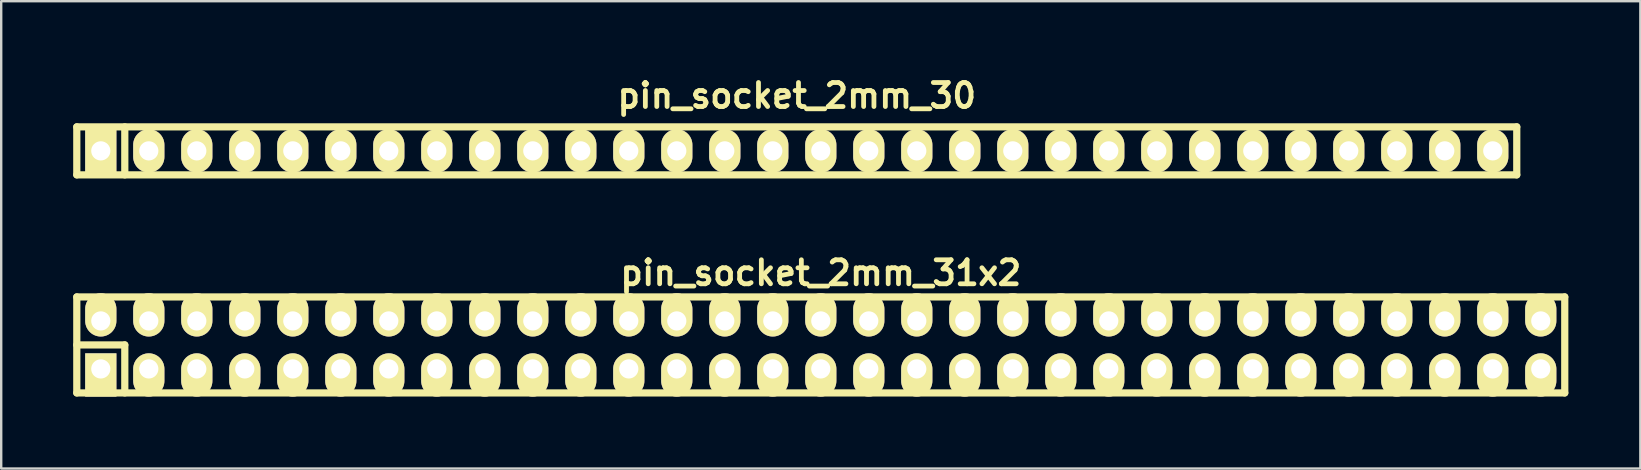
<source format=kicad_pcb>
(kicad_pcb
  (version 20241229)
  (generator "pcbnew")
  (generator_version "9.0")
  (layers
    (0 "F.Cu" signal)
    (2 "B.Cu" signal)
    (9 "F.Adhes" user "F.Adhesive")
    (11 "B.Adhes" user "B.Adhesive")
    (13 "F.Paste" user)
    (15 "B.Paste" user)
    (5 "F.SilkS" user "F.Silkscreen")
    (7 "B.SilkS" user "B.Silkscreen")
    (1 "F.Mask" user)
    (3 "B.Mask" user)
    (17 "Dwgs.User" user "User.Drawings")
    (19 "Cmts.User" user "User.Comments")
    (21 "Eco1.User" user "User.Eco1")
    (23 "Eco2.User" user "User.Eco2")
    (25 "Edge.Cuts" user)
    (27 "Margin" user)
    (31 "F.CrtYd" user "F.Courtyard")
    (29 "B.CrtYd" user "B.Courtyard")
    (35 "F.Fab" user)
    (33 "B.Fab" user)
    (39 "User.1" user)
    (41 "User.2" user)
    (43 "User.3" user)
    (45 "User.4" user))
  (footprint "pin_socket_2mm_30"
    (layer "F.Cu")
    (at 30.15 3.236)
    (property "Reference" "pin_socket_2mm_30" (at 0 -2.3 0) (layer "F.SilkS") (effects (font (size 1 1) (thickness 0.2))))
    (attr through_hole)
    (fp_line (start -30 -1) (end 30 -1) (stroke (width 0.3) (type solid)) (layer "F.SilkS"))
    (fp_line (start -30 1) (end -30 -1) (stroke (width 0.3) (type solid)) (layer "F.SilkS"))
    (fp_line (start -28 -1) (end -28 1) (stroke (width 0.3) (type solid)) (layer "F.SilkS"))
    (fp_line (start 30 -1) (end 30 1) (stroke (width 0.3) (type solid)) (layer "F.SilkS"))
    (fp_line (start 30 1) (end -30 1) (stroke (width 0.3) (type solid)) (layer "F.SilkS"))
    (pad "1" thru_hole rect (at -29 0) (size 1.3 1.8) (drill 0.8) (layers "*.Cu" "*.Mask" "F.SilkS"))
    (pad "2" thru_hole oval (at -27 0) (size 1.3 1.8) (drill 0.8) (layers "*.Cu" "*.Mask" "F.SilkS"))
    (pad "3" thru_hole oval (at -25 0) (size 1.3 1.8) (drill 0.8) (layers "*.Cu" "*.Mask" "F.SilkS"))
    (pad "4" thru_hole oval (at -23 0) (size 1.3 1.8) (drill 0.8) (layers "*.Cu" "*.Mask" "F.SilkS"))
    (pad "5" thru_hole oval (at -21 0) (size 1.3 1.8) (drill 0.8) (layers "*.Cu" "*.Mask" "F.SilkS"))
    (pad "6" thru_hole oval (at -19 0) (size 1.3 1.8) (drill 0.8) (layers "*.Cu" "*.Mask" "F.SilkS"))
    (pad "7" thru_hole oval (at -17 0) (size 1.3 1.8) (drill 0.8) (layers "*.Cu" "*.Mask" "F.SilkS"))
    (pad "8" thru_hole oval (at -15 0) (size 1.3 1.8) (drill 0.8) (layers "*.Cu" "*.Mask" "F.SilkS"))
    (pad "9" thru_hole oval (at -13 0) (size 1.3 1.8) (drill 0.8) (layers "*.Cu" "*.Mask" "F.SilkS"))
    (pad "10" thru_hole oval (at -11 0) (size 1.3 1.8) (drill 0.8) (layers "*.Cu" "*.Mask" "F.SilkS"))
    (pad "11" thru_hole oval (at -9 0) (size 1.3 1.8) (drill 0.8) (layers "*.Cu" "*.Mask" "F.SilkS"))
    (pad "12" thru_hole oval (at -7 0) (size 1.3 1.8) (drill 0.8) (layers "*.Cu" "*.Mask" "F.SilkS"))
    (pad "13" thru_hole oval (at -5 0) (size 1.3 1.8) (drill 0.8) (layers "*.Cu" "*.Mask" "F.SilkS"))
    (pad "14" thru_hole oval (at -3 0) (size 1.3 1.8) (drill 0.8) (layers "*.Cu" "*.Mask" "F.SilkS"))
    (pad "15" thru_hole oval (at -1 0) (size 1.3 1.8) (drill 0.8) (layers "*.Cu" "*.Mask" "F.SilkS"))
    (pad "16" thru_hole oval (at 1 0) (size 1.3 1.8) (drill 0.8) (layers "*.Cu" "*.Mask" "F.SilkS"))
    (pad "17" thru_hole oval (at 3 0) (size 1.3 1.8) (drill 0.8) (layers "*.Cu" "*.Mask" "F.SilkS"))
    (pad "18" thru_hole oval (at 5 0) (size 1.3 1.8) (drill 0.8) (layers "*.Cu" "*.Mask" "F.SilkS"))
    (pad "19" thru_hole oval (at 7 0) (size 1.3 1.8) (drill 0.8) (layers "*.Cu" "*.Mask" "F.SilkS"))
    (pad "20" thru_hole oval (at 9 0) (size 1.3 1.8) (drill 0.8) (layers "*.Cu" "*.Mask" "F.SilkS"))
    (pad "21" thru_hole oval (at 11 0) (size 1.3 1.8) (drill 0.8) (layers "*.Cu" "*.Mask" "F.SilkS"))
    (pad "22" thru_hole oval (at 13 0) (size 1.3 1.8) (drill 0.8) (layers "*.Cu" "*.Mask" "F.SilkS"))
    (pad "23" thru_hole oval (at 15 0) (size 1.3 1.8) (drill 0.8) (layers "*.Cu" "*.Mask" "F.SilkS"))
    (pad "24" thru_hole oval (at 17 0) (size 1.3 1.8) (drill 0.8) (layers "*.Cu" "*.Mask" "F.SilkS"))
    (pad "25" thru_hole oval (at 19 0) (size 1.3 1.8) (drill 0.8) (layers "*.Cu" "*.Mask" "F.SilkS"))
    (pad "26" thru_hole oval (at 21 0) (size 1.3 1.8) (drill 0.8) (layers "*.Cu" "*.Mask" "F.SilkS"))
    (pad "27" thru_hole oval (at 23 0) (size 1.3 1.8) (drill 0.8) (layers "*.Cu" "*.Mask" "F.SilkS"))
    (pad "28" thru_hole oval (at 25 0) (size 1.3 1.8) (drill 0.8) (layers "*.Cu" "*.Mask" "F.SilkS"))
    (pad "29" thru_hole oval (at 27 0) (size 1.3 1.8) (drill 0.8) (layers "*.Cu" "*.Mask" "F.SilkS"))
    (pad "30" thru_hole oval (at 29 0) (size 1.3 1.8) (drill 0.8) (layers "*.Cu" "*.Mask" "F.SilkS")))
  (footprint "pin_socket_2mm_31x2"
    (layer "F.Cu")
    (at 31.15 11.322)
    (property "Reference" "pin_socket_2mm_31x2" (at 0 -3 0) (layer "F.SilkS") (effects (font (size 1 1) (thickness 0.2))))
    (attr through_hole)
    (fp_line (start -31 -2) (end 31 -2) (stroke (width 0.3) (type solid)) (layer "F.SilkS"))
    (fp_line (start -31 0) (end -29 0) (stroke (width 0.3) (type solid)) (layer "F.SilkS"))
    (fp_line (start -31 2) (end -31 -2) (stroke (width 0.3) (type solid)) (layer "F.SilkS"))
    (fp_line (start -29 0) (end -29 2) (stroke (width 0.3) (type solid)) (layer "F.SilkS"))
    (fp_line (start 31 -2) (end 31 2) (stroke (width 0.3) (type solid)) (layer "F.SilkS"))
    (fp_line (start 31 2) (end -31 2) (stroke (width 0.3) (type solid)) (layer "F.SilkS"))
    (pad "1" thru_hole rect (at -30 1) (size 1.3 1.8) (drill 0.8 (offset 0 0.25)) (layers "*.Cu" "*.Mask" "F.SilkS"))
    (pad "2" thru_hole oval (at -30 -1) (size 1.3 1.8) (drill 0.8 (offset 0 -0.25)) (layers "*.Cu" "*.Mask" "F.SilkS"))
    (pad "3" thru_hole oval (at -28 1) (size 1.3 1.8) (drill 0.8 (offset 0 0.25)) (layers "*.Cu" "*.Mask" "F.SilkS"))
    (pad "4" thru_hole oval (at -28 -1) (size 1.3 1.8) (drill 0.8 (offset 0 -0.25)) (layers "*.Cu" "*.Mask" "F.SilkS"))
    (pad "5" thru_hole oval (at -26 1) (size 1.3 1.8) (drill 0.8 (offset 0 0.25)) (layers "*.Cu" "*.Mask" "F.SilkS"))
    (pad "6" thru_hole oval (at -26 -1) (size 1.3 1.8) (drill 0.8 (offset 0 -0.25)) (layers "*.Cu" "*.Mask" "F.SilkS"))
    (pad "7" thru_hole oval (at -24 1) (size 1.3 1.8) (drill 0.8 (offset 0 0.25)) (layers "*.Cu" "*.Mask" "F.SilkS"))
    (pad "8" thru_hole oval (at -24 -1) (size 1.3 1.8) (drill 0.8 (offset 0 -0.25)) (layers "*.Cu" "*.Mask" "F.SilkS"))
    (pad "9" thru_hole oval (at -22 1) (size 1.3 1.8) (drill 0.8 (offset 0 0.25)) (layers "*.Cu" "*.Mask" "F.SilkS"))
    (pad "10" thru_hole oval (at -22 -1) (size 1.3 1.8) (drill 0.8 (offset 0 -0.25)) (layers "*.Cu" "*.Mask" "F.SilkS"))
    (pad "11" thru_hole oval (at -20 1) (size 1.3 1.8) (drill 0.8 (offset 0 0.25)) (layers "*.Cu" "*.Mask" "F.SilkS"))
    (pad "12" thru_hole oval (at -20 -1) (size 1.3 1.8) (drill 0.8 (offset 0 -0.25)) (layers "*.Cu" "*.Mask" "F.SilkS"))
    (pad "13" thru_hole oval (at -18 1) (size 1.3 1.8) (drill 0.8 (offset 0 0.25)) (layers "*.Cu" "*.Mask" "F.SilkS"))
    (pad "14" thru_hole oval (at -18 -1) (size 1.3 1.8) (drill 0.8 (offset 0 -0.25)) (layers "*.Cu" "*.Mask" "F.SilkS"))
    (pad "15" thru_hole oval (at -16 1) (size 1.3 1.8) (drill 0.8 (offset 0 0.25)) (layers "*.Cu" "*.Mask" "F.SilkS"))
    (pad "16" thru_hole oval (at -16 -1) (size 1.3 1.8) (drill 0.8 (offset 0 -0.25)) (layers "*.Cu" "*.Mask" "F.SilkS"))
    (pad "17" thru_hole oval (at -14 1) (size 1.3 1.8) (drill 0.8 (offset 0 0.25)) (layers "*.Cu" "*.Mask" "F.SilkS"))
    (pad "18" thru_hole oval (at -14 -1) (size 1.3 1.8) (drill 0.8 (offset 0 -0.25)) (layers "*.Cu" "*.Mask" "F.SilkS"))
    (pad "19" thru_hole oval (at -12 1) (size 1.3 1.8) (drill 0.8 (offset 0 0.25)) (layers "*.Cu" "*.Mask" "F.SilkS"))
    (pad "20" thru_hole oval (at -12 -1) (size 1.3 1.8) (drill 0.8 (offset 0 -0.25)) (layers "*.Cu" "*.Mask" "F.SilkS"))
    (pad "21" thru_hole oval (at -10 1) (size 1.3 1.8) (drill 0.8 (offset 0 0.25)) (layers "*.Cu" "*.Mask" "F.SilkS"))
    (pad "22" thru_hole oval (at -10 -1) (size 1.3 1.8) (drill 0.8 (offset 0 -0.25)) (layers "*.Cu" "*.Mask" "F.SilkS"))
    (pad "23" thru_hole oval (at -8 1) (size 1.3 1.8) (drill 0.8 (offset 0 0.25)) (layers "*.Cu" "*.Mask" "F.SilkS"))
    (pad "24" thru_hole oval (at -8 -1) (size 1.3 1.8) (drill 0.8 (offset 0 -0.25)) (layers "*.Cu" "*.Mask" "F.SilkS"))
    (pad "25" thru_hole oval (at -6 1) (size 1.3 1.8) (drill 0.8 (offset 0 0.25)) (layers "*.Cu" "*.Mask" "F.SilkS"))
    (pad "26" thru_hole oval (at -6 -1) (size 1.3 1.8) (drill 0.8 (offset 0 -0.25)) (layers "*.Cu" "*.Mask" "F.SilkS"))
    (pad "27" thru_hole oval (at -4 1) (size 1.3 1.8) (drill 0.8 (offset 0 0.25)) (layers "*.Cu" "*.Mask" "F.SilkS"))
    (pad "28" thru_hole oval (at -4 -1) (size 1.3 1.8) (drill 0.8 (offset 0 -0.25)) (layers "*.Cu" "*.Mask" "F.SilkS"))
    (pad "29" thru_hole oval (at -2 1) (size 1.3 1.8) (drill 0.8 (offset 0 0.25)) (layers "*.Cu" "*.Mask" "F.SilkS"))
    (pad "30" thru_hole oval (at -2 -1) (size 1.3 1.8) (drill 0.8 (offset 0 -0.25)) (layers "*.Cu" "*.Mask" "F.SilkS"))
    (pad "31" thru_hole oval (at 0 1) (size 1.3 1.8) (drill 0.8 (offset 0 0.25)) (layers "*.Cu" "*.Mask" "F.SilkS"))
    (pad "32" thru_hole oval (at 0 -1) (size 1.3 1.8) (drill 0.8 (offset 0 -0.25)) (layers "*.Cu" "*.Mask" "F.SilkS"))
    (pad "33" thru_hole oval (at 2 1) (size 1.3 1.8) (drill 0.8 (offset 0 0.25)) (layers "*.Cu" "*.Mask" "F.SilkS"))
    (pad "34" thru_hole oval (at 2 -1) (size 1.3 1.8) (drill 0.8 (offset 0 -0.25)) (layers "*.Cu" "*.Mask" "F.SilkS"))
    (pad "35" thru_hole oval (at 4 1) (size 1.3 1.8) (drill 0.8 (offset 0 0.25)) (layers "*.Cu" "*.Mask" "F.SilkS"))
    (pad "36" thru_hole oval (at 4 -1) (size 1.3 1.8) (drill 0.8 (offset 0 -0.25)) (layers "*.Cu" "*.Mask" "F.SilkS"))
    (pad "37" thru_hole oval (at 6 1) (size 1.3 1.8) (drill 0.8 (offset 0 0.25)) (layers "*.Cu" "*.Mask" "F.SilkS"))
    (pad "38" thru_hole oval (at 6 -1) (size 1.3 1.8) (drill 0.8 (offset 0 -0.25)) (layers "*.Cu" "*.Mask" "F.SilkS"))
    (pad "39" thru_hole oval (at 8 1) (size 1.3 1.8) (drill 0.8 (offset 0 0.25)) (layers "*.Cu" "*.Mask" "F.SilkS"))
    (pad "40" thru_hole oval (at 8 -1) (size 1.3 1.8) (drill 0.8 (offset 0 -0.25)) (layers "*.Cu" "*.Mask" "F.SilkS"))
    (pad "41" thru_hole oval (at 10 1) (size 1.3 1.8) (drill 0.8 (offset 0 0.25)) (layers "*.Cu" "*.Mask" "F.SilkS"))
    (pad "42" thru_hole oval (at 10 -1) (size 1.3 1.8) (drill 0.8 (offset 0 -0.25)) (layers "*.Cu" "*.Mask" "F.SilkS"))
    (pad "43" thru_hole oval (at 12 1) (size 1.3 1.8) (drill 0.8 (offset 0 0.25)) (layers "*.Cu" "*.Mask" "F.SilkS"))
    (pad "44" thru_hole oval (at 12 -1) (size 1.3 1.8) (drill 0.8 (offset 0 -0.25)) (layers "*.Cu" "*.Mask" "F.SilkS"))
    (pad "45" thru_hole oval (at 14 1) (size 1.3 1.8) (drill 0.8 (offset 0 0.25)) (layers "*.Cu" "*.Mask" "F.SilkS"))
    (pad "46" thru_hole oval (at 14 -1) (size 1.3 1.8) (drill 0.8 (offset 0 -0.25)) (layers "*.Cu" "*.Mask" "F.SilkS"))
    (pad "47" thru_hole oval (at 16 1) (size 1.3 1.8) (drill 0.8 (offset 0 0.25)) (layers "*.Cu" "*.Mask" "F.SilkS"))
    (pad "48" thru_hole oval (at 16 -1) (size 1.3 1.8) (drill 0.8 (offset 0 -0.25)) (layers "*.Cu" "*.Mask" "F.SilkS"))
    (pad "49" thru_hole oval (at 18 1) (size 1.3 1.8) (drill 0.8 (offset 0 0.25)) (layers "*.Cu" "*.Mask" "F.SilkS"))
    (pad "50" thru_hole oval (at 18 -1) (size 1.3 1.8) (drill 0.8 (offset 0 -0.25)) (layers "*.Cu" "*.Mask" "F.SilkS"))
    (pad "51" thru_hole oval (at 20 1) (size 1.3 1.8) (drill 0.8 (offset 0 0.25)) (layers "*.Cu" "*.Mask" "F.SilkS"))
    (pad "52" thru_hole oval (at 20 -1) (size 1.3 1.8) (drill 0.8 (offset 0 -0.25)) (layers "*.Cu" "*.Mask" "F.SilkS"))
    (pad "53" thru_hole oval (at 22 1) (size 1.3 1.8) (drill 0.8 (offset 0 0.25)) (layers "*.Cu" "*.Mask" "F.SilkS"))
    (pad "54" thru_hole oval (at 22 -1) (size 1.3 1.8) (drill 0.8 (offset 0 -0.25)) (layers "*.Cu" "*.Mask" "F.SilkS"))
    (pad "55" thru_hole oval (at 24 1) (size 1.3 1.8) (drill 0.8 (offset 0 0.25)) (layers "*.Cu" "*.Mask" "F.SilkS"))
    (pad "56" thru_hole oval (at 24 -1) (size 1.3 1.8) (drill 0.8 (offset 0 -0.25)) (layers "*.Cu" "*.Mask" "F.SilkS"))
    (pad "57" thru_hole oval (at 26 1) (size 1.3 1.8) (drill 0.8 (offset 0 0.25)) (layers "*.Cu" "*.Mask" "F.SilkS"))
    (pad "58" thru_hole oval (at 26 -1) (size 1.3 1.8) (drill 0.8 (offset 0 -0.25)) (layers "*.Cu" "*.Mask" "F.SilkS"))
    (pad "59" thru_hole oval (at 28 1) (size 1.3 1.8) (drill 0.8 (offset 0 0.25)) (layers "*.Cu" "*.Mask" "F.SilkS"))
    (pad "60" thru_hole oval (at 28 -1) (size 1.3 1.8) (drill 0.8 (offset 0 -0.25)) (layers "*.Cu" "*.Mask" "F.SilkS"))
    (pad "61" thru_hole oval (at 30 1) (size 1.3 1.8) (drill 0.8 (offset 0 0.25)) (layers "*.Cu" "*.Mask" "F.SilkS"))
    (pad "62" thru_hole oval (at 30 -1) (size 1.3 1.8) (drill 0.8 (offset 0 -0.25)) (layers "*.Cu" "*.Mask" "F.SilkS")))
  (gr_rect
    (start -3 -3)
    (end 65.3 16.472)
    (stroke (width 0.1) (type default))
    (fill no)
    (layer "Edge.Cuts")))
</source>
